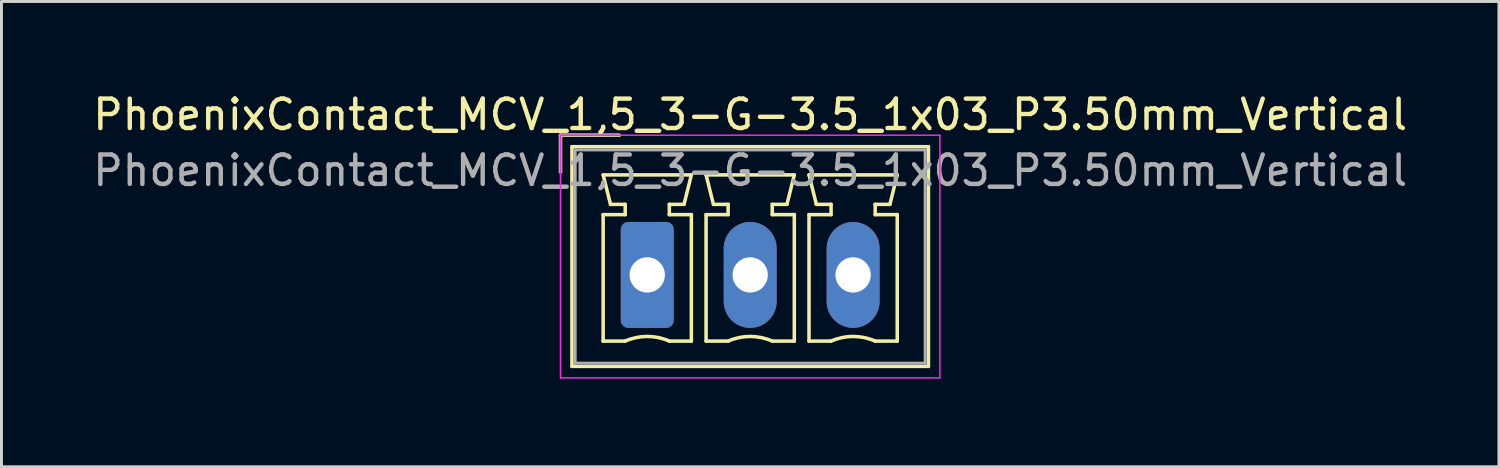
<source format=kicad_pcb>
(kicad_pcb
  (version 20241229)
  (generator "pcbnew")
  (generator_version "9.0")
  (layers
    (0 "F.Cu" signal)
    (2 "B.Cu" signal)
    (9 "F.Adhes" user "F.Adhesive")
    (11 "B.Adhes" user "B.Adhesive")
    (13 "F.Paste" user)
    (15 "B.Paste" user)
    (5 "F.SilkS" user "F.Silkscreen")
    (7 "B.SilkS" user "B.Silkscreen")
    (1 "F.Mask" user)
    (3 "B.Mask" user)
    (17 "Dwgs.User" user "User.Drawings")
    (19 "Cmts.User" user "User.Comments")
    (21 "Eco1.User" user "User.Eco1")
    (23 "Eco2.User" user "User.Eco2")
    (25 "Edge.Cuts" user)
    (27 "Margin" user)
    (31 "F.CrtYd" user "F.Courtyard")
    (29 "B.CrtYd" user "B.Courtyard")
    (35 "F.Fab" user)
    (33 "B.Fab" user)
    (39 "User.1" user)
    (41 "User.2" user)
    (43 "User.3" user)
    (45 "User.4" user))
  (footprint "PhoenixContact_MCV_1,5_3-G-3.5_1x03_P3.50mm_Vertical"
    (layer "F.Cu")
    (at 18.958 6.298)
    (property "Reference" "PhoenixContact_MCV_1,5_3-G-3.5_1x03_P3.50mm_Vertical" (at 3.5 -5.45 0) (layer "F.SilkS") (effects (font (size 1 1) (thickness 0.15))))
    (attr through_hole)
    (fp_line (start -2.95 -4.75) (end -0.95 -4.75) (stroke (width 0.12) (type solid)) (layer "F.SilkS"))
    (fp_line (start -2.95 -3.5) (end -2.95 -4.75) (stroke (width 0.12) (type solid)) (layer "F.SilkS"))
    (fp_line (start -2.56 -4.36) (end -2.56 3.11) (stroke (width 0.12) (type solid)) (layer "F.SilkS"))
    (fp_line (start -2.56 3.11) (end 9.56 3.11) (stroke (width 0.12) (type solid)) (layer "F.SilkS"))
    (fp_line (start -1.5 -3.4) (end 1.5 -3.4) (stroke (width 0.12) (type solid)) (layer "F.SilkS"))
    (fp_line (start -1.5 -2.05) (end -0.75 -2.05) (stroke (width 0.12) (type solid)) (layer "F.SilkS"))
    (fp_line (start -1.5 2.25) (end -1.5 -2.05) (stroke (width 0.12) (type solid)) (layer "F.SilkS"))
    (fp_line (start -1.25 -2.4) (end -1.5 -3.4) (stroke (width 0.12) (type solid)) (layer "F.SilkS"))
    (fp_line (start -0.75 -2.4) (end -1.25 -2.4) (stroke (width 0.12) (type solid)) (layer "F.SilkS"))
    (fp_line (start -0.75 -2.05) (end -0.75 -2.4) (stroke (width 0.12) (type solid)) (layer "F.SilkS"))
    (fp_line (start -0.75 2.25) (end -1.5 2.25) (stroke (width 0.12) (type solid)) (layer "F.SilkS"))
    (fp_line (start 0.75 -2.4) (end 0.75 -2.05) (stroke (width 0.12) (type solid)) (layer "F.SilkS"))
    (fp_line (start 0.75 -2.05) (end 1.5 -2.05) (stroke (width 0.12) (type solid)) (layer "F.SilkS"))
    (fp_line (start 1.25 -2.4) (end 0.75 -2.4) (stroke (width 0.12) (type solid)) (layer "F.SilkS"))
    (fp_line (start 1.5 -3.4) (end 1.25 -2.4) (stroke (width 0.12) (type solid)) (layer "F.SilkS"))
    (fp_line (start 1.5 -2.05) (end 1.5 2.25) (stroke (width 0.12) (type solid)) (layer "F.SilkS"))
    (fp_line (start 1.5 2.25) (end 0.75 2.25) (stroke (width 0.12) (type solid)) (layer "F.SilkS"))
    (fp_line (start 2 -3.4) (end 5 -3.4) (stroke (width 0.12) (type solid)) (layer "F.SilkS"))
    (fp_line (start 2 -2.05) (end 2.75 -2.05) (stroke (width 0.12) (type solid)) (layer "F.SilkS"))
    (fp_line (start 2 2.25) (end 2 -2.05) (stroke (width 0.12) (type solid)) (layer "F.SilkS"))
    (fp_line (start 2.25 -2.4) (end 2 -3.4) (stroke (width 0.12) (type solid)) (layer "F.SilkS"))
    (fp_line (start 2.75 -2.4) (end 2.25 -2.4) (stroke (width 0.12) (type solid)) (layer "F.SilkS"))
    (fp_line (start 2.75 -2.05) (end 2.75 -2.4) (stroke (width 0.12) (type solid)) (layer "F.SilkS"))
    (fp_line (start 2.75 2.25) (end 2 2.25) (stroke (width 0.12) (type solid)) (layer "F.SilkS"))
    (fp_line (start 4.25 -2.4) (end 4.25 -2.05) (stroke (width 0.12) (type solid)) (layer "F.SilkS"))
    (fp_line (start 4.25 -2.05) (end 5 -2.05) (stroke (width 0.12) (type solid)) (layer "F.SilkS"))
    (fp_line (start 4.75 -2.4) (end 4.25 -2.4) (stroke (width 0.12) (type solid)) (layer "F.SilkS"))
    (fp_line (start 5 -3.4) (end 4.75 -2.4) (stroke (width 0.12) (type solid)) (layer "F.SilkS"))
    (fp_line (start 5 -2.05) (end 5 2.25) (stroke (width 0.12) (type solid)) (layer "F.SilkS"))
    (fp_line (start 5 2.25) (end 4.25 2.25) (stroke (width 0.12) (type solid)) (layer "F.SilkS"))
    (fp_line (start 5.5 -3.4) (end 8.5 -3.4) (stroke (width 0.12) (type solid)) (layer "F.SilkS"))
    (fp_line (start 5.5 -2.05) (end 6.25 -2.05) (stroke (width 0.12) (type solid)) (layer "F.SilkS"))
    (fp_line (start 5.5 2.25) (end 5.5 -2.05) (stroke (width 0.12) (type solid)) (layer "F.SilkS"))
    (fp_line (start 5.75 -2.4) (end 5.5 -3.4) (stroke (width 0.12) (type solid)) (layer "F.SilkS"))
    (fp_line (start 6.25 -2.4) (end 5.75 -2.4) (stroke (width 0.12) (type solid)) (layer "F.SilkS"))
    (fp_line (start 6.25 -2.05) (end 6.25 -2.4) (stroke (width 0.12) (type solid)) (layer "F.SilkS"))
    (fp_line (start 6.25 2.25) (end 5.5 2.25) (stroke (width 0.12) (type solid)) (layer "F.SilkS"))
    (fp_line (start 7.75 -2.4) (end 7.75 -2.05) (stroke (width 0.12) (type solid)) (layer "F.SilkS"))
    (fp_line (start 7.75 -2.05) (end 8.5 -2.05) (stroke (width 0.12) (type solid)) (layer "F.SilkS"))
    (fp_line (start 8.25 -2.4) (end 7.75 -2.4) (stroke (width 0.12) (type solid)) (layer "F.SilkS"))
    (fp_line (start 8.5 -3.4) (end 8.25 -2.4) (stroke (width 0.12) (type solid)) (layer "F.SilkS"))
    (fp_line (start 8.5 -2.05) (end 8.5 2.25) (stroke (width 0.12) (type solid)) (layer "F.SilkS"))
    (fp_line (start 8.5 2.25) (end 7.75 2.25) (stroke (width 0.12) (type solid)) (layer "F.SilkS"))
    (fp_line (start 9.56 -4.36) (end -2.56 -4.36) (stroke (width 0.12) (type solid)) (layer "F.SilkS"))
    (fp_line (start 9.56 3.11) (end 9.56 -4.36) (stroke (width 0.12) (type solid)) (layer "F.SilkS"))
    (fp_arc (start -0.75 2.25) (mid -0.000193 2.09191) (end 0.749647 2.249844) (stroke (width 0.12) (type solid)) (layer "F.SilkS"))
    (fp_arc (start 2.75 2.25) (mid 3.499807 2.09191) (end 4.249647 2.249844) (stroke (width 0.12) (type solid)) (layer "F.SilkS"))
    (fp_arc (start 6.25 2.25) (mid 6.999807 2.09191) (end 7.749647 2.249844) (stroke (width 0.12) (type solid)) (layer "F.SilkS"))
    (fp_line (start -2.95 -4.75) (end -2.95 3.5) (stroke (width 0.05) (type solid)) (layer "F.CrtYd"))
    (fp_line (start -2.95 3.5) (end 9.95 3.5) (stroke (width 0.05) (type solid)) (layer "F.CrtYd"))
    (fp_line (start 9.95 -4.75) (end -2.95 -4.75) (stroke (width 0.05) (type solid)) (layer "F.CrtYd"))
    (fp_line (start 9.95 3.5) (end 9.95 -4.75) (stroke (width 0.05) (type solid)) (layer "F.CrtYd"))
    (fp_line (start -2.95 -4.75) (end -0.95 -4.75) (stroke (width 0.1) (type solid)) (layer "F.Fab"))
    (fp_line (start -2.95 -3.5) (end -2.95 -4.75) (stroke (width 0.1) (type solid)) (layer "F.Fab"))
    (fp_line (start -2.45 -4.25) (end -2.45 3) (stroke (width 0.1) (type solid)) (layer "F.Fab"))
    (fp_line (start -2.45 3) (end 9.45 3) (stroke (width 0.1) (type solid)) (layer "F.Fab"))
    (fp_line (start 9.45 -4.25) (end -2.45 -4.25) (stroke (width 0.1) (type solid)) (layer "F.Fab"))
    (fp_line (start 9.45 3) (end 9.45 -4.25) (stroke (width 0.1) (type solid)) (layer "F.Fab"))
    (fp_text user "${REFERENCE}" (at 3.5 -3.55 0) (layer "F.Fab") (effects (font (size 1 1) (thickness 0.15))))
    (pad "1" thru_hole roundrect (at 0 0) (size 1.8 3.6) (drill 1.2) (layers "*.Cu" "*.Mask") (roundrect_rratio 0.139))
    (pad "2" thru_hole oval (at 3.5 0) (size 1.8 3.6) (drill 1.2) (layers "*.Cu" "*.Mask"))
    (pad "3" thru_hole oval (at 7 0) (size 1.8 3.6) (drill 1.2) (layers "*.Cu" "*.Mask")))
  (gr_rect
    (start -3 -3)
    (end 47.917 12.823)
    (stroke (width 0.1) (type default))
    (fill no)
    (layer "Edge.Cuts")))
</source>
